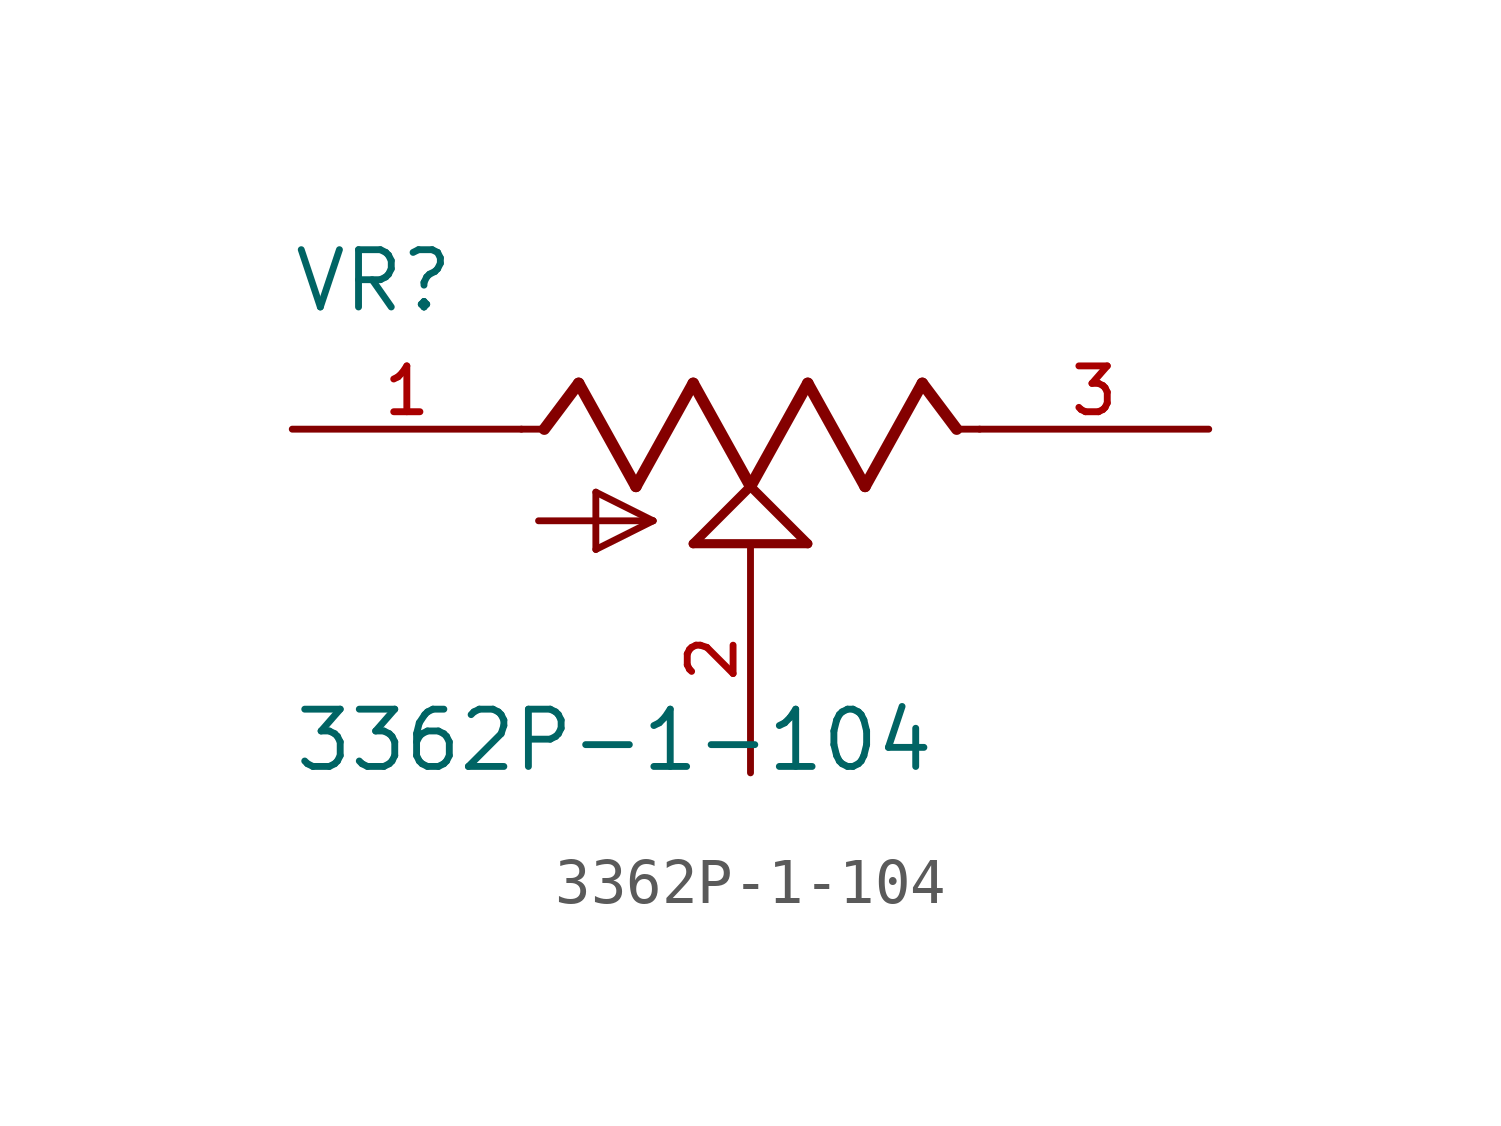
<source format=kicad_sym>
(kicad_symbol_lib
  (version 20211014)
  (generator kicad_symbol_editor)
  (symbol "3362P-1-104"
    (pin_names
      (offset 1.016))
    (property "Reference" "VR"
      (at -10.182 2.546 0)
      (effects (font (size 1.27 1.27)) (justify bottom left)))
    (property "Value" "3362P-1-104"
      (at -10.165 -7.642 0)
      (effects (font (size 1.27 1.27)) (justify bottom left)))
    (symbol "3362P-1-104_0_0"
      (polyline (pts (xy -5.08 0.0) (xy -4.572 0.0)) (stroke (width 0.152)))
      (polyline (pts (xy -4.572 0.0) (xy -3.81 1.016)) (stroke (width 0.254)))
      (polyline (pts (xy -3.81 1.016) (xy -2.54 -1.27)) (stroke (width 0.254)))
      (polyline (pts (xy -2.54 -1.27) (xy -1.27 1.016)) (stroke (width 0.254)))
      (polyline (pts (xy -1.27 1.016) (xy 0.0 -1.27)) (stroke (width 0.254)))
      (polyline (pts (xy 0.0 -1.27) (xy 1.27 1.016)) (stroke (width 0.254)))
      (polyline (pts (xy 1.27 1.016) (xy 2.54 -1.27)) (stroke (width 0.254)))
      (polyline (pts (xy 2.54 -1.27) (xy 3.81 1.016)) (stroke (width 0.254)))
      (polyline (pts (xy 3.81 1.016) (xy 4.572 0.0)) (stroke (width 0.254)))
      (polyline (pts (xy 4.572 0.0) (xy 5.08 0.0)) (stroke (width 0.152)))
      (polyline (pts (xy 0.0 -1.27) (xy 1.27 -2.54)) (stroke (width 0.203)))
      (polyline (pts (xy -1.27 -2.54) (xy 0.0 -1.27)) (stroke (width 0.203)))
      (polyline (pts (xy 1.27 -2.54) (xy -1.27 -2.54)) (stroke (width 0.203)))
      (polyline (pts (xy -4.699 -2.032) (xy -2.159 -2.032)) (stroke (width 0.152)))
      (polyline (pts (xy -2.159 -2.032) (xy -3.429 -2.667)) (stroke (width 0.152)))
      (polyline (pts (xy -3.429 -2.667) (xy -3.429 -1.397)) (stroke (width 0.152)))
      (polyline (pts (xy -3.429 -1.397) (xy -2.159 -2.032)) (stroke (width 0.152)))
      (pin passive line (at -10.16 0.0 0) (length 5.08) (name "~" (effects (font (size 1.016 1.016)))) (number "1" (effects (font (size 1.016 1.016)))))
      (pin passive line (at 0.0 -7.62 90.0) (length 5.08) (name "~" (effects (font (size 1.016 1.016)))) (number "2" (effects (font (size 1.016 1.016)))))
      (pin passive line (at 10.16 0.0 180.0) (length 5.08) (name "~" (effects (font (size 1.016 1.016)))) (number "3" (effects (font (size 1.016 1.016))))))))
</source>
